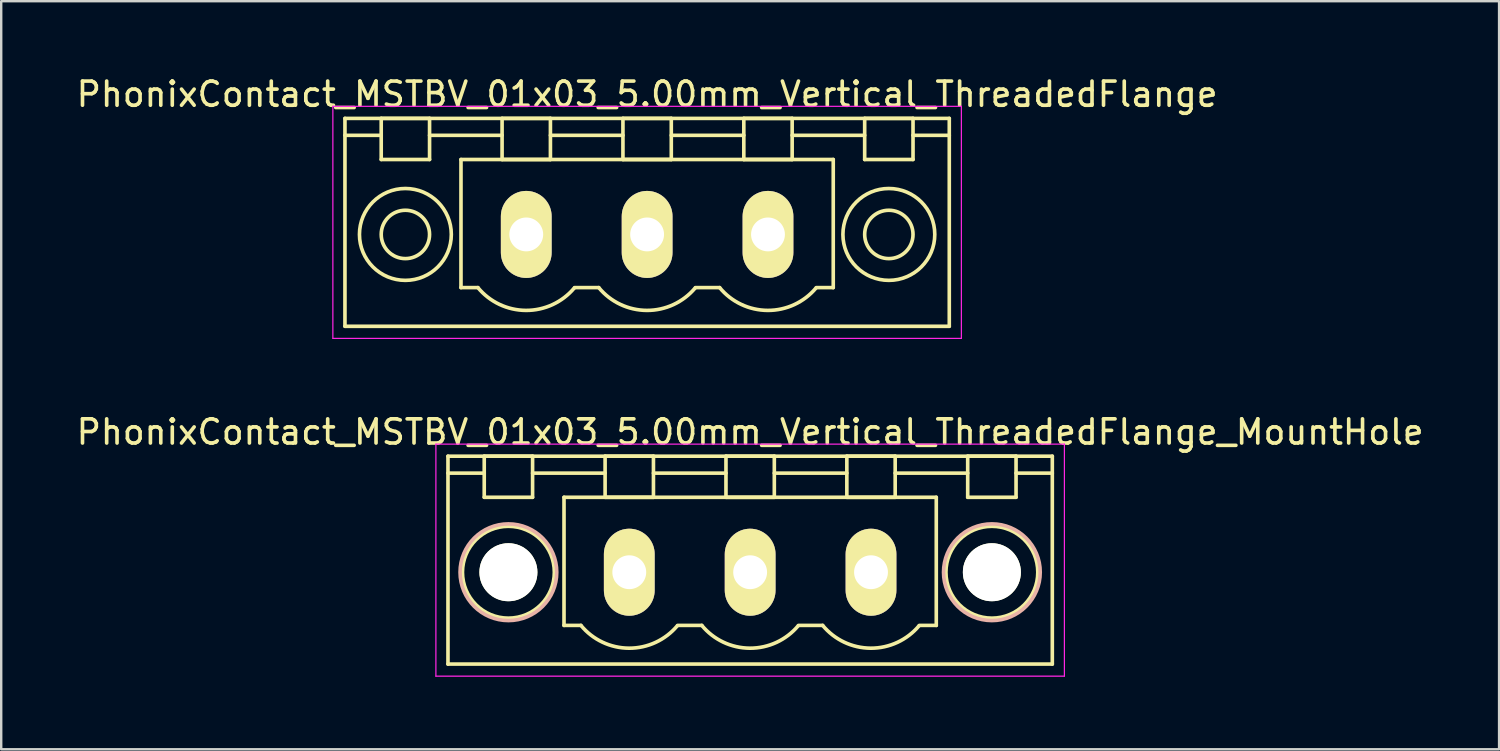
<source format=kicad_pcb>
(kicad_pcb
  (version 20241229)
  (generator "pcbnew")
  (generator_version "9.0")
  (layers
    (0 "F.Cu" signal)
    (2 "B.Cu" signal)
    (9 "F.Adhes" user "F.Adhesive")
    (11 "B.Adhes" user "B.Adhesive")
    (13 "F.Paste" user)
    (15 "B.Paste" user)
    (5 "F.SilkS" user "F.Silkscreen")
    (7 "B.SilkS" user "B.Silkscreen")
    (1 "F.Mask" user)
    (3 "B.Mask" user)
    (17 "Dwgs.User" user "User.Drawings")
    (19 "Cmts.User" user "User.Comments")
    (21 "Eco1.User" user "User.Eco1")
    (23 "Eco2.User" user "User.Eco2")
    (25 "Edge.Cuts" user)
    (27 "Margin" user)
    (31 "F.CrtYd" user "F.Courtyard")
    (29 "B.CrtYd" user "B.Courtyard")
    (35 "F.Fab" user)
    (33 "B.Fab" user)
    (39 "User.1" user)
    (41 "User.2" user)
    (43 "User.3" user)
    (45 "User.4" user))
  (footprint "PhonixContact_MSTBV_01x03_5.00mm_Vertical_ThreadedFlange"
    (layer "F.Cu")
    (at 18.72 6.648)
    (property "Reference" "PhonixContact_MSTBV_01x03_5.00mm_Vertical_ThreadedFlange" (at 5 -5.8 0) (layer "F.SilkS") (effects (font (size 1 1) (thickness 0.15))))
    (attr through_hole)
    (fp_line (start -7.5 -4.8) (end -7.5 3.8) (stroke (width 0.15) (type solid)) (layer "F.SilkS"))
    (fp_line (start -7.5 -4.1) (end -6 -4.1) (stroke (width 0.15) (type solid)) (layer "F.SilkS"))
    (fp_line (start -7.5 3.8) (end 17.5 3.8) (stroke (width 0.15) (type solid)) (layer "F.SilkS"))
    (fp_line (start -6 -4.8) (end -4 -4.8) (stroke (width 0.15) (type solid)) (layer "F.SilkS"))
    (fp_line (start -6 -3.1) (end -6 -4.8) (stroke (width 0.15) (type solid)) (layer "F.SilkS"))
    (fp_line (start -4 -4.8) (end -4 -3.1) (stroke (width 0.15) (type solid)) (layer "F.SilkS"))
    (fp_line (start -4 -4.1) (end -1 -4.1) (stroke (width 0.15) (type solid)) (layer "F.SilkS"))
    (fp_line (start -4 -3.1) (end -6 -3.1) (stroke (width 0.15) (type solid)) (layer "F.SilkS"))
    (fp_line (start -2.7 -3.1) (end 12.7 -3.1) (stroke (width 0.15) (type solid)) (layer "F.SilkS"))
    (fp_line (start -2.7 2.2) (end -2.7 -3.1) (stroke (width 0.15) (type solid)) (layer "F.SilkS"))
    (fp_line (start -2 2.2) (end -2.7 2.2) (stroke (width 0.15) (type solid)) (layer "F.SilkS"))
    (fp_line (start -1 -4.8) (end 1 -4.8) (stroke (width 0.15) (type solid)) (layer "F.SilkS"))
    (fp_line (start -1 -3.1) (end -1 -4.8) (stroke (width 0.15) (type solid)) (layer "F.SilkS"))
    (fp_line (start 1 -4.8) (end 1 -3.1) (stroke (width 0.15) (type solid)) (layer "F.SilkS"))
    (fp_line (start 1 -4.1) (end 4 -4.1) (stroke (width 0.15) (type solid)) (layer "F.SilkS"))
    (fp_line (start 1 -3.1) (end -1 -3.1) (stroke (width 0.15) (type solid)) (layer "F.SilkS"))
    (fp_line (start 2 2.2) (end 3 2.2) (stroke (width 0.15) (type solid)) (layer "F.SilkS"))
    (fp_line (start 4 -4.8) (end 6 -4.8) (stroke (width 0.15) (type solid)) (layer "F.SilkS"))
    (fp_line (start 4 -3.1) (end 4 -4.8) (stroke (width 0.15) (type solid)) (layer "F.SilkS"))
    (fp_line (start 6 -4.8) (end 6 -3.1) (stroke (width 0.15) (type solid)) (layer "F.SilkS"))
    (fp_line (start 6 -4.1) (end 9 -4.1) (stroke (width 0.15) (type solid)) (layer "F.SilkS"))
    (fp_line (start 6 -3.1) (end 4 -3.1) (stroke (width 0.15) (type solid)) (layer "F.SilkS"))
    (fp_line (start 7 2.2) (end 8 2.2) (stroke (width 0.15) (type solid)) (layer "F.SilkS"))
    (fp_line (start 9 -4.8) (end 11 -4.8) (stroke (width 0.15) (type solid)) (layer "F.SilkS"))
    (fp_line (start 9 -3.1) (end 9 -4.8) (stroke (width 0.15) (type solid)) (layer "F.SilkS"))
    (fp_line (start 11 -4.8) (end 11 -3.1) (stroke (width 0.15) (type solid)) (layer "F.SilkS"))
    (fp_line (start 11 -4.1) (end 14 -4.1) (stroke (width 0.15) (type solid)) (layer "F.SilkS"))
    (fp_line (start 11 -3.1) (end 9 -3.1) (stroke (width 0.15) (type solid)) (layer "F.SilkS"))
    (fp_line (start 12.7 -3.1) (end 12.7 2.2) (stroke (width 0.15) (type solid)) (layer "F.SilkS"))
    (fp_line (start 12.7 2.2) (end 12 2.2) (stroke (width 0.15) (type solid)) (layer "F.SilkS"))
    (fp_line (start 14 -4.8) (end 16 -4.8) (stroke (width 0.15) (type solid)) (layer "F.SilkS"))
    (fp_line (start 14 -3.1) (end 14 -4.8) (stroke (width 0.15) (type solid)) (layer "F.SilkS"))
    (fp_line (start 16 -4.8) (end 16 -3.1) (stroke (width 0.15) (type solid)) (layer "F.SilkS"))
    (fp_line (start 16 -3.1) (end 14 -3.1) (stroke (width 0.15) (type solid)) (layer "F.SilkS"))
    (fp_line (start 17.5 -4.8) (end -7.5 -4.8) (stroke (width 0.15) (type solid)) (layer "F.SilkS"))
    (fp_line (start 17.5 -4.1) (end 16 -4.1) (stroke (width 0.15) (type solid)) (layer "F.SilkS"))
    (fp_line (start 17.5 3.8) (end 17.5 -4.8) (stroke (width 0.15) (type solid)) (layer "F.SilkS"))
    (fp_arc (start 1.986842 2.215821) (mid -0.010289 3.142758) (end -2 2.2) (stroke (width 0.15) (type solid)) (layer "F.SilkS"))
    (fp_arc (start 6.986842 2.215821) (mid 4.989711 3.142758) (end 3 2.2) (stroke (width 0.15) (type solid)) (layer "F.SilkS"))
    (fp_arc (start 11.986842 2.215821) (mid 9.989711 3.142758) (end 8 2.2) (stroke (width 0.15) (type solid)) (layer "F.SilkS"))
    (fp_circle (center -5 0) (end -4 0) (stroke (width 0.15) (type solid)) (fill no) (layer "F.SilkS"))
    (fp_circle (center -5 0) (end -3.1 0) (stroke (width 0.15) (type solid)) (fill no) (layer "F.SilkS"))
    (fp_circle (center 15 0) (end 16 0) (stroke (width 0.15) (type solid)) (fill no) (layer "F.SilkS"))
    (fp_circle (center 15 0) (end 16.9 0) (stroke (width 0.15) (type solid)) (fill no) (layer "F.SilkS"))
    (fp_line (start -8 -5.3) (end -8 4.3) (stroke (width 0.05) (type solid)) (layer "F.CrtYd"))
    (fp_line (start -8 4.3) (end 18 4.3) (stroke (width 0.05) (type solid)) (layer "F.CrtYd"))
    (fp_line (start 18 -5.3) (end -8 -5.3) (stroke (width 0.05) (type solid)) (layer "F.CrtYd"))
    (fp_line (start 18 4.3) (end 18 -5.3) (stroke (width 0.05) (type solid)) (layer "F.CrtYd"))
    (pad "1" thru_hole oval (at 0 0) (size 2.1 3.6) (drill 1.4) (layers "*.Cu" "*.Mask" "F.SilkS"))
    (pad "2" thru_hole oval (at 5 0) (size 2.1 3.6) (drill 1.4) (layers "*.Cu" "*.Mask" "F.SilkS"))
    (pad "3" thru_hole oval (at 10 0) (size 2.1 3.6) (drill 1.4) (layers "*.Cu" "*.Mask" "F.SilkS")))
  (footprint "PhonixContact_MSTBV_01x03_5.00mm_Vertical_ThreadedFlange_MountHole"
    (layer "F.Cu")
    (at 22.982 20.622)
    (property "Reference" "PhonixContact_MSTBV_01x03_5.00mm_Vertical_ThreadedFlange_MountHole" (at 5 -5.8 0) (layer "F.SilkS") (effects (font (size 1 1) (thickness 0.15))))
    (attr through_hole)
    (fp_line (start -7.5 -4.8) (end -7.5 3.8) (stroke (width 0.15) (type solid)) (layer "F.SilkS"))
    (fp_line (start -7.5 -4.1) (end -6 -4.1) (stroke (width 0.15) (type solid)) (layer "F.SilkS"))
    (fp_line (start -7.5 3.8) (end 17.5 3.8) (stroke (width 0.15) (type solid)) (layer "F.SilkS"))
    (fp_line (start -6 -4.8) (end -4 -4.8) (stroke (width 0.15) (type solid)) (layer "F.SilkS"))
    (fp_line (start -6 -3.1) (end -6 -4.8) (stroke (width 0.15) (type solid)) (layer "F.SilkS"))
    (fp_line (start -4 -4.8) (end -4 -3.1) (stroke (width 0.15) (type solid)) (layer "F.SilkS"))
    (fp_line (start -4 -4.1) (end -1 -4.1) (stroke (width 0.15) (type solid)) (layer "F.SilkS"))
    (fp_line (start -4 -3.1) (end -6 -3.1) (stroke (width 0.15) (type solid)) (layer "F.SilkS"))
    (fp_line (start -2.7 -3.1) (end 12.7 -3.1) (stroke (width 0.15) (type solid)) (layer "F.SilkS"))
    (fp_line (start -2.7 2.2) (end -2.7 -3.1) (stroke (width 0.15) (type solid)) (layer "F.SilkS"))
    (fp_line (start -2 2.2) (end -2.7 2.2) (stroke (width 0.15) (type solid)) (layer "F.SilkS"))
    (fp_line (start -1 -4.8) (end 1 -4.8) (stroke (width 0.15) (type solid)) (layer "F.SilkS"))
    (fp_line (start -1 -3.1) (end -1 -4.8) (stroke (width 0.15) (type solid)) (layer "F.SilkS"))
    (fp_line (start 1 -4.8) (end 1 -3.1) (stroke (width 0.15) (type solid)) (layer "F.SilkS"))
    (fp_line (start 1 -4.1) (end 4 -4.1) (stroke (width 0.15) (type solid)) (layer "F.SilkS"))
    (fp_line (start 1 -3.1) (end -1 -3.1) (stroke (width 0.15) (type solid)) (layer "F.SilkS"))
    (fp_line (start 2 2.2) (end 3 2.2) (stroke (width 0.15) (type solid)) (layer "F.SilkS"))
    (fp_line (start 4 -4.8) (end 6 -4.8) (stroke (width 0.15) (type solid)) (layer "F.SilkS"))
    (fp_line (start 4 -3.1) (end 4 -4.8) (stroke (width 0.15) (type solid)) (layer "F.SilkS"))
    (fp_line (start 6 -4.8) (end 6 -3.1) (stroke (width 0.15) (type solid)) (layer "F.SilkS"))
    (fp_line (start 6 -4.1) (end 9 -4.1) (stroke (width 0.15) (type solid)) (layer "F.SilkS"))
    (fp_line (start 6 -3.1) (end 4 -3.1) (stroke (width 0.15) (type solid)) (layer "F.SilkS"))
    (fp_line (start 7 2.2) (end 8 2.2) (stroke (width 0.15) (type solid)) (layer "F.SilkS"))
    (fp_line (start 9 -4.8) (end 11 -4.8) (stroke (width 0.15) (type solid)) (layer "F.SilkS"))
    (fp_line (start 9 -3.1) (end 9 -4.8) (stroke (width 0.15) (type solid)) (layer "F.SilkS"))
    (fp_line (start 11 -4.8) (end 11 -3.1) (stroke (width 0.15) (type solid)) (layer "F.SilkS"))
    (fp_line (start 11 -4.1) (end 14 -4.1) (stroke (width 0.15) (type solid)) (layer "F.SilkS"))
    (fp_line (start 11 -3.1) (end 9 -3.1) (stroke (width 0.15) (type solid)) (layer "F.SilkS"))
    (fp_line (start 12.7 -3.1) (end 12.7 2.2) (stroke (width 0.15) (type solid)) (layer "F.SilkS"))
    (fp_line (start 12.7 2.2) (end 12 2.2) (stroke (width 0.15) (type solid)) (layer "F.SilkS"))
    (fp_line (start 14 -4.8) (end 16 -4.8) (stroke (width 0.15) (type solid)) (layer "F.SilkS"))
    (fp_line (start 14 -3.1) (end 14 -4.8) (stroke (width 0.15) (type solid)) (layer "F.SilkS"))
    (fp_line (start 16 -4.8) (end 16 -3.1) (stroke (width 0.15) (type solid)) (layer "F.SilkS"))
    (fp_line (start 16 -3.1) (end 14 -3.1) (stroke (width 0.15) (type solid)) (layer "F.SilkS"))
    (fp_line (start 17.5 -4.8) (end -7.5 -4.8) (stroke (width 0.15) (type solid)) (layer "F.SilkS"))
    (fp_line (start 17.5 -4.1) (end 16 -4.1) (stroke (width 0.15) (type solid)) (layer "F.SilkS"))
    (fp_line (start 17.5 3.8) (end 17.5 -4.8) (stroke (width 0.15) (type solid)) (layer "F.SilkS"))
    (fp_arc (start 1.986842 2.215821) (mid -0.010289 3.142758) (end -2 2.2) (stroke (width 0.15) (type solid)) (layer "F.SilkS"))
    (fp_arc (start 6.986842 2.215821) (mid 4.989711 3.142758) (end 3 2.2) (stroke (width 0.15) (type solid)) (layer "F.SilkS"))
    (fp_arc (start 11.986842 2.215821) (mid 9.989711 3.142758) (end 8 2.2) (stroke (width 0.15) (type solid)) (layer "F.SilkS"))
    (fp_circle (center -5 0) (end -4 0) (stroke (width 0.15) (type solid)) (fill no) (layer "F.SilkS"))
    (fp_circle (center -5 0) (end -3.1 0) (stroke (width 0.15) (type solid)) (fill no) (layer "F.SilkS"))
    (fp_circle (center 15 0) (end 16 0) (stroke (width 0.15) (type solid)) (fill no) (layer "F.SilkS"))
    (fp_circle (center 15 0) (end 16.9 0) (stroke (width 0.15) (type solid)) (fill no) (layer "F.SilkS"))
    (fp_circle (center -5 0) (end -3 0) (stroke (width 0.15) (type solid)) (fill no) (layer "B.SilkS"))
    (fp_circle (center 15 0) (end 17 0) (stroke (width 0.15) (type solid)) (fill no) (layer "B.SilkS"))
    (fp_line (start -8 -5.3) (end -8 4.3) (stroke (width 0.05) (type solid)) (layer "F.CrtYd"))
    (fp_line (start -8 4.3) (end 18 4.3) (stroke (width 0.05) (type solid)) (layer "F.CrtYd"))
    (fp_line (start 18 -5.3) (end -8 -5.3) (stroke (width 0.05) (type solid)) (layer "F.CrtYd"))
    (fp_line (start 18 4.3) (end 18 -5.3) (stroke (width 0.05) (type solid)) (layer "F.CrtYd"))
    (pad "" np_thru_hole circle (at -5 0) (size 2.4 2.4) (drill 2.4) (layers "*.Cu" "*.Mask" "F.SilkS"))
    (pad "" np_thru_hole circle (at 15 0) (size 2.4 2.4) (drill 2.4) (layers "*.Cu" "*.Mask" "F.SilkS"))
    (pad "1" thru_hole oval (at 0 0) (size 2.1 3.6) (drill 1.4) (layers "*.Cu" "*.Mask" "F.SilkS"))
    (pad "2" thru_hole oval (at 5 0) (size 2.1 3.6) (drill 1.4) (layers "*.Cu" "*.Mask" "F.SilkS"))
    (pad "3" thru_hole oval (at 10 0) (size 2.1 3.6) (drill 1.4) (layers "*.Cu" "*.Mask" "F.SilkS")))
  (gr_rect
    (start -3 -3)
    (end 58.964 27.947)
    (stroke (width 0.1) (type default))
    (fill no)
    (layer "Edge.Cuts")))
</source>
